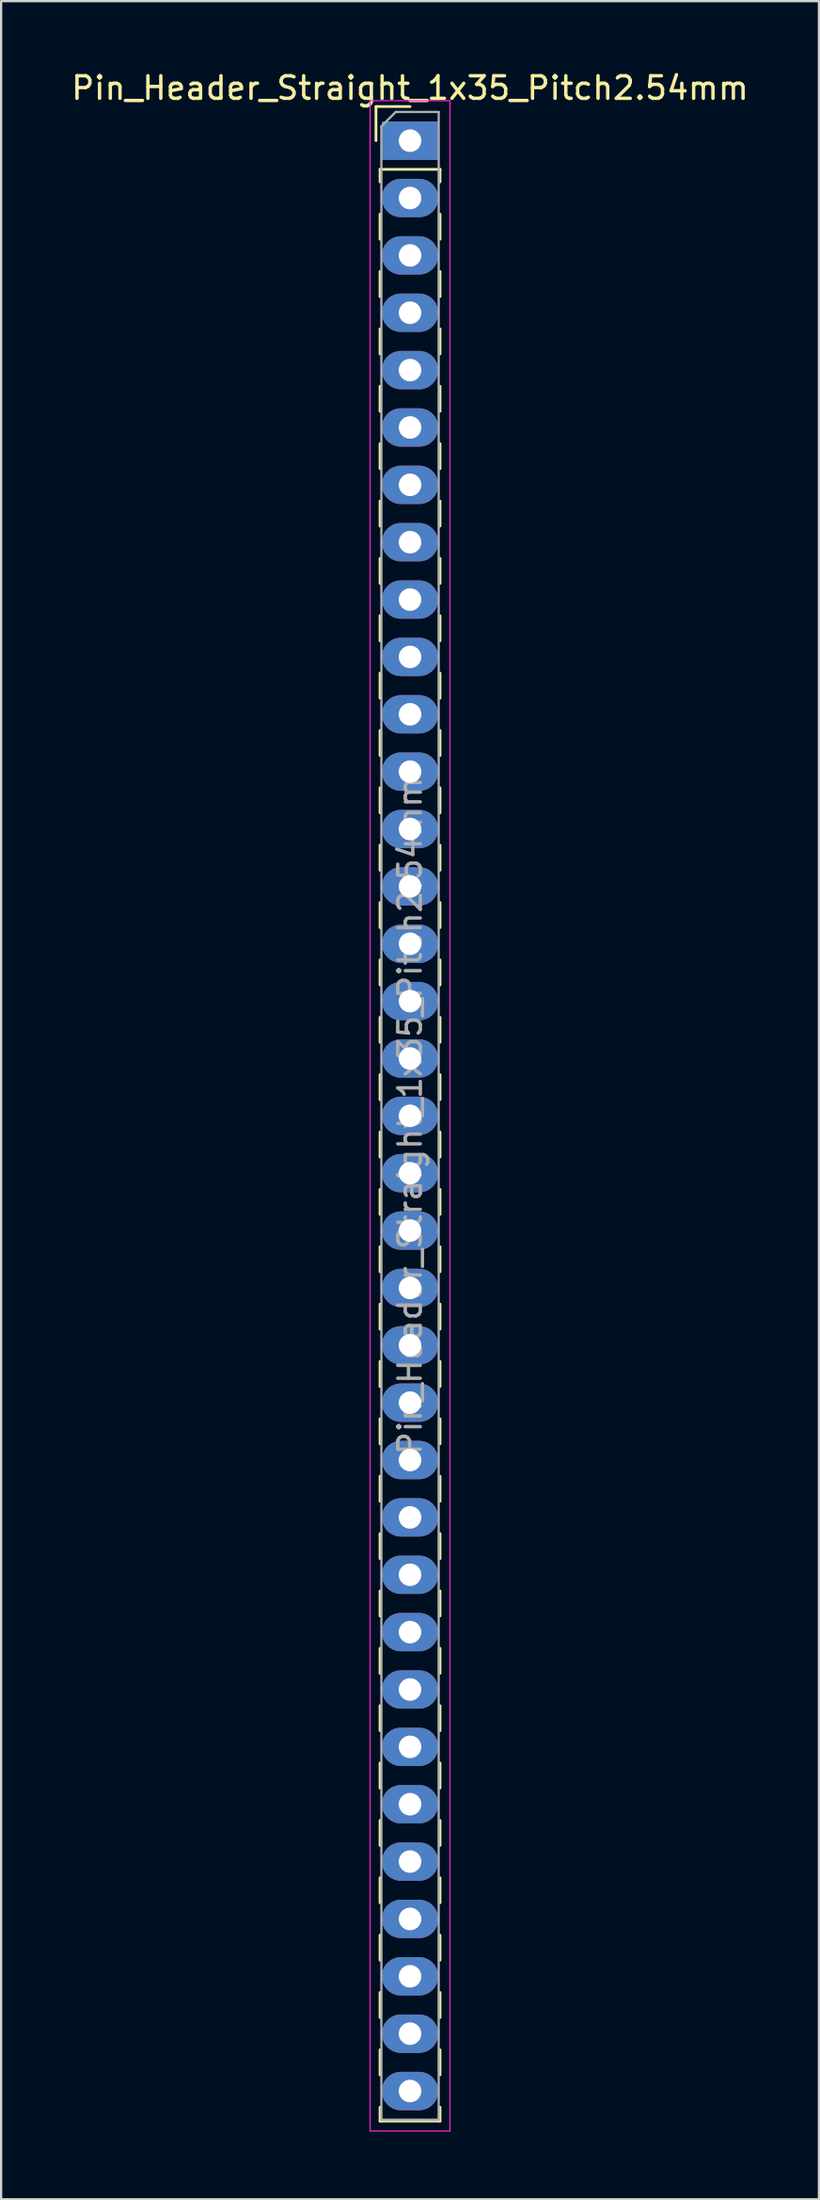
<source format=kicad_pcb>
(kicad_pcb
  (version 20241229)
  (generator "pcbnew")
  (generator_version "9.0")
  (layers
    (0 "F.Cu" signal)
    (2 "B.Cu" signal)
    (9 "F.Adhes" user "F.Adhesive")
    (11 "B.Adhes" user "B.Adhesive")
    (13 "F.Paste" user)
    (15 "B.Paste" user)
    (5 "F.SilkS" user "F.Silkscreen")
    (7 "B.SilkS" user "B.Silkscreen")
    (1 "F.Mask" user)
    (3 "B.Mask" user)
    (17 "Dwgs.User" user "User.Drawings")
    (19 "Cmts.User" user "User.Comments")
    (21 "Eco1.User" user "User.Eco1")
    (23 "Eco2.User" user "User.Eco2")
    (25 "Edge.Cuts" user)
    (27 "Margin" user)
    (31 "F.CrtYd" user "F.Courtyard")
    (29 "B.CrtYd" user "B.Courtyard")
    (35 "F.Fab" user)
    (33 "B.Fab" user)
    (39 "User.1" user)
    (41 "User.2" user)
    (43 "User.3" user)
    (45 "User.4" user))
  (footprint "Pin_Header_Straight_1x35_Pitch2.54mm"
    (layer "F.Cu")
    (at 15.125 3.178)
    (property "Reference" "Pin_Header_Straight_1x35_Pitch2.54mm" (at 0 -2.33 0) (layer "F.SilkS") (effects (font (size 1 1) (thickness 0.15))))
    (attr through_hole)
    (fp_line (start -1.51 -1.51) (end 0 -1.51) (stroke (width 0.12) (type solid)) (layer "F.SilkS"))
    (fp_line (start -1.51 0) (end -1.51 -1.51) (stroke (width 0.12) (type solid)) (layer "F.SilkS"))
    (fp_line (start -1.33 1.27) (end -1.33 1.825) (stroke (width 0.12) (type solid)) (layer "F.SilkS"))
    (fp_line (start -1.33 1.27) (end 1.33 1.27) (stroke (width 0.12) (type solid)) (layer "F.SilkS"))
    (fp_line (start -1.33 3.255) (end -1.33 4.365) (stroke (width 0.12) (type solid)) (layer "F.SilkS"))
    (fp_line (start -1.33 5.795) (end -1.33 6.905) (stroke (width 0.12) (type solid)) (layer "F.SilkS"))
    (fp_line (start -1.33 8.335) (end -1.33 9.445) (stroke (width 0.12) (type solid)) (layer "F.SilkS"))
    (fp_line (start -1.33 10.875) (end -1.33 11.985) (stroke (width 0.12) (type solid)) (layer "F.SilkS"))
    (fp_line (start -1.33 13.415) (end -1.33 14.525) (stroke (width 0.12) (type solid)) (layer "F.SilkS"))
    (fp_line (start -1.33 15.955) (end -1.33 17.065) (stroke (width 0.12) (type solid)) (layer "F.SilkS"))
    (fp_line (start -1.33 18.495) (end -1.33 19.605) (stroke (width 0.12) (type solid)) (layer "F.SilkS"))
    (fp_line (start -1.33 21.035) (end -1.33 22.145) (stroke (width 0.12) (type solid)) (layer "F.SilkS"))
    (fp_line (start -1.33 23.575) (end -1.33 24.685) (stroke (width 0.12) (type solid)) (layer "F.SilkS"))
    (fp_line (start -1.33 26.115) (end -1.33 27.225) (stroke (width 0.12) (type solid)) (layer "F.SilkS"))
    (fp_line (start -1.33 28.655) (end -1.33 29.765) (stroke (width 0.12) (type solid)) (layer "F.SilkS"))
    (fp_line (start -1.33 31.195) (end -1.33 32.305) (stroke (width 0.12) (type solid)) (layer "F.SilkS"))
    (fp_line (start -1.33 33.735) (end -1.33 34.845) (stroke (width 0.12) (type solid)) (layer "F.SilkS"))
    (fp_line (start -1.33 36.275) (end -1.33 37.385) (stroke (width 0.12) (type solid)) (layer "F.SilkS"))
    (fp_line (start -1.33 38.815) (end -1.33 39.925) (stroke (width 0.12) (type solid)) (layer "F.SilkS"))
    (fp_line (start -1.33 41.355) (end -1.33 42.465) (stroke (width 0.12) (type solid)) (layer "F.SilkS"))
    (fp_line (start -1.33 43.895) (end -1.33 45.005) (stroke (width 0.12) (type solid)) (layer "F.SilkS"))
    (fp_line (start -1.33 46.435) (end -1.33 47.545) (stroke (width 0.12) (type solid)) (layer "F.SilkS"))
    (fp_line (start -1.33 48.975) (end -1.33 50.085) (stroke (width 0.12) (type solid)) (layer "F.SilkS"))
    (fp_line (start -1.33 51.515) (end -1.33 52.625) (stroke (width 0.12) (type solid)) (layer "F.SilkS"))
    (fp_line (start -1.33 54.055) (end -1.33 55.165) (stroke (width 0.12) (type solid)) (layer "F.SilkS"))
    (fp_line (start -1.33 56.595) (end -1.33 57.705) (stroke (width 0.12) (type solid)) (layer "F.SilkS"))
    (fp_line (start -1.33 59.135) (end -1.33 60.245) (stroke (width 0.12) (type solid)) (layer "F.SilkS"))
    (fp_line (start -1.33 61.675) (end -1.33 62.785) (stroke (width 0.12) (type solid)) (layer "F.SilkS"))
    (fp_line (start -1.33 64.215) (end -1.33 65.325) (stroke (width 0.12) (type solid)) (layer "F.SilkS"))
    (fp_line (start -1.33 66.755) (end -1.33 67.865) (stroke (width 0.12) (type solid)) (layer "F.SilkS"))
    (fp_line (start -1.33 69.295) (end -1.33 70.405) (stroke (width 0.12) (type solid)) (layer "F.SilkS"))
    (fp_line (start -1.33 71.835) (end -1.33 72.945) (stroke (width 0.12) (type solid)) (layer "F.SilkS"))
    (fp_line (start -1.33 74.375) (end -1.33 75.485) (stroke (width 0.12) (type solid)) (layer "F.SilkS"))
    (fp_line (start -1.33 76.915) (end -1.33 78.025) (stroke (width 0.12) (type solid)) (layer "F.SilkS"))
    (fp_line (start -1.33 79.455) (end -1.33 80.565) (stroke (width 0.12) (type solid)) (layer "F.SilkS"))
    (fp_line (start -1.33 81.995) (end -1.33 83.105) (stroke (width 0.12) (type solid)) (layer "F.SilkS"))
    (fp_line (start -1.33 84.535) (end -1.33 85.645) (stroke (width 0.12) (type solid)) (layer "F.SilkS"))
    (fp_line (start -1.33 87.075) (end -1.33 87.69) (stroke (width 0.12) (type solid)) (layer "F.SilkS"))
    (fp_line (start -1.33 87.69) (end 1.33 87.69) (stroke (width 0.12) (type solid)) (layer "F.SilkS"))
    (fp_line (start 1.33 1.27) (end 1.33 1.825) (stroke (width 0.12) (type solid)) (layer "F.SilkS"))
    (fp_line (start 1.33 3.255) (end 1.33 4.365) (stroke (width 0.12) (type solid)) (layer "F.SilkS"))
    (fp_line (start 1.33 5.795) (end 1.33 6.905) (stroke (width 0.12) (type solid)) (layer "F.SilkS"))
    (fp_line (start 1.33 8.335) (end 1.33 9.445) (stroke (width 0.12) (type solid)) (layer "F.SilkS"))
    (fp_line (start 1.33 10.875) (end 1.33 11.985) (stroke (width 0.12) (type solid)) (layer "F.SilkS"))
    (fp_line (start 1.33 13.415) (end 1.33 14.525) (stroke (width 0.12) (type solid)) (layer "F.SilkS"))
    (fp_line (start 1.33 15.955) (end 1.33 17.065) (stroke (width 0.12) (type solid)) (layer "F.SilkS"))
    (fp_line (start 1.33 18.495) (end 1.33 19.605) (stroke (width 0.12) (type solid)) (layer "F.SilkS"))
    (fp_line (start 1.33 21.035) (end 1.33 22.145) (stroke (width 0.12) (type solid)) (layer "F.SilkS"))
    (fp_line (start 1.33 23.575) (end 1.33 24.685) (stroke (width 0.12) (type solid)) (layer "F.SilkS"))
    (fp_line (start 1.33 26.115) (end 1.33 27.225) (stroke (width 0.12) (type solid)) (layer "F.SilkS"))
    (fp_line (start 1.33 28.655) (end 1.33 29.765) (stroke (width 0.12) (type solid)) (layer "F.SilkS"))
    (fp_line (start 1.33 31.195) (end 1.33 32.305) (stroke (width 0.12) (type solid)) (layer "F.SilkS"))
    (fp_line (start 1.33 33.735) (end 1.33 34.845) (stroke (width 0.12) (type solid)) (layer "F.SilkS"))
    (fp_line (start 1.33 36.275) (end 1.33 37.385) (stroke (width 0.12) (type solid)) (layer "F.SilkS"))
    (fp_line (start 1.33 38.815) (end 1.33 39.925) (stroke (width 0.12) (type solid)) (layer "F.SilkS"))
    (fp_line (start 1.33 41.355) (end 1.33 42.465) (stroke (width 0.12) (type solid)) (layer "F.SilkS"))
    (fp_line (start 1.33 43.895) (end 1.33 45.005) (stroke (width 0.12) (type solid)) (layer "F.SilkS"))
    (fp_line (start 1.33 46.435) (end 1.33 47.545) (stroke (width 0.12) (type solid)) (layer "F.SilkS"))
    (fp_line (start 1.33 48.975) (end 1.33 50.085) (stroke (width 0.12) (type solid)) (layer "F.SilkS"))
    (fp_line (start 1.33 51.515) (end 1.33 52.625) (stroke (width 0.12) (type solid)) (layer "F.SilkS"))
    (fp_line (start 1.33 54.055) (end 1.33 55.165) (stroke (width 0.12) (type solid)) (layer "F.SilkS"))
    (fp_line (start 1.33 56.595) (end 1.33 57.705) (stroke (width 0.12) (type solid)) (layer "F.SilkS"))
    (fp_line (start 1.33 59.135) (end 1.33 60.245) (stroke (width 0.12) (type solid)) (layer "F.SilkS"))
    (fp_line (start 1.33 61.675) (end 1.33 62.785) (stroke (width 0.12) (type solid)) (layer "F.SilkS"))
    (fp_line (start 1.33 64.215) (end 1.33 65.325) (stroke (width 0.12) (type solid)) (layer "F.SilkS"))
    (fp_line (start 1.33 66.755) (end 1.33 67.865) (stroke (width 0.12) (type solid)) (layer "F.SilkS"))
    (fp_line (start 1.33 69.295) (end 1.33 70.405) (stroke (width 0.12) (type solid)) (layer "F.SilkS"))
    (fp_line (start 1.33 71.835) (end 1.33 72.945) (stroke (width 0.12) (type solid)) (layer "F.SilkS"))
    (fp_line (start 1.33 74.375) (end 1.33 75.485) (stroke (width 0.12) (type solid)) (layer "F.SilkS"))
    (fp_line (start 1.33 76.915) (end 1.33 78.025) (stroke (width 0.12) (type solid)) (layer "F.SilkS"))
    (fp_line (start 1.33 79.455) (end 1.33 80.565) (stroke (width 0.12) (type solid)) (layer "F.SilkS"))
    (fp_line (start 1.33 81.995) (end 1.33 83.105) (stroke (width 0.12) (type solid)) (layer "F.SilkS"))
    (fp_line (start 1.33 84.535) (end 1.33 85.645) (stroke (width 0.12) (type solid)) (layer "F.SilkS"))
    (fp_line (start 1.33 87.075) (end 1.33 87.69) (stroke (width 0.12) (type solid)) (layer "F.SilkS"))
    (fp_line (start -1.77 -1.77) (end -1.77 88.13) (stroke (width 0.05) (type solid)) (layer "F.CrtYd"))
    (fp_line (start -1.77 88.13) (end 1.77 88.13) (stroke (width 0.05) (type solid)) (layer "F.CrtYd"))
    (fp_line (start 1.77 -1.77) (end -1.77 -1.77) (stroke (width 0.05) (type solid)) (layer "F.CrtYd"))
    (fp_line (start 1.77 88.13) (end 1.77 -1.77) (stroke (width 0.05) (type solid)) (layer "F.CrtYd"))
    (fp_line (start -1.27 -0.635) (end -0.635 -1.27) (stroke (width 0.1) (type solid)) (layer "F.Fab"))
    (fp_line (start -1.27 87.63) (end -1.27 -0.635) (stroke (width 0.1) (type solid)) (layer "F.Fab"))
    (fp_line (start -0.635 -1.27) (end 1.27 -1.27) (stroke (width 0.1) (type solid)) (layer "F.Fab"))
    (fp_line (start 1.27 -1.27) (end 1.27 87.63) (stroke (width 0.1) (type solid)) (layer "F.Fab"))
    (fp_line (start 1.27 87.63) (end -1.27 87.63) (stroke (width 0.1) (type solid)) (layer "F.Fab"))
    (fp_text user "${REFERENCE}" (at 0 43.18 90) (layer "F.Fab") (effects (font (size 1 1) (thickness 0.15))))
    (pad "1" thru_hole rect (at 0 0) (size 2.5 1.7) (drill 1) (layers "*.Cu" "*.Mask"))
    (pad "2" thru_hole oval (at 0 2.54) (size 2.5 1.7) (drill 1) (layers "*.Cu" "*.Mask"))
    (pad "3" thru_hole oval (at 0 5.08) (size 2.5 1.7) (drill 1) (layers "*.Cu" "*.Mask"))
    (pad "4" thru_hole oval (at 0 7.62) (size 2.5 1.7) (drill 1) (layers "*.Cu" "*.Mask"))
    (pad "5" thru_hole oval (at 0 10.16) (size 2.5 1.7) (drill 1) (layers "*.Cu" "*.Mask"))
    (pad "6" thru_hole oval (at 0 12.7) (size 2.5 1.7) (drill 1) (layers "*.Cu" "*.Mask"))
    (pad "7" thru_hole oval (at 0 15.24) (size 2.5 1.7) (drill 1) (layers "*.Cu" "*.Mask"))
    (pad "8" thru_hole oval (at 0 17.78) (size 2.5 1.7) (drill 1) (layers "*.Cu" "*.Mask"))
    (pad "9" thru_hole oval (at 0 20.32) (size 2.5 1.7) (drill 1) (layers "*.Cu" "*.Mask"))
    (pad "10" thru_hole oval (at 0 22.86) (size 2.5 1.7) (drill 1) (layers "*.Cu" "*.Mask"))
    (pad "11" thru_hole oval (at 0 25.4) (size 2.5 1.7) (drill 1) (layers "*.Cu" "*.Mask"))
    (pad "12" thru_hole oval (at 0 27.94) (size 2.5 1.7) (drill 1) (layers "*.Cu" "*.Mask"))
    (pad "13" thru_hole oval (at 0 30.48) (size 2.5 1.7) (drill 1) (layers "*.Cu" "*.Mask"))
    (pad "14" thru_hole oval (at 0 33.02) (size 2.5 1.7) (drill 1) (layers "*.Cu" "*.Mask"))
    (pad "15" thru_hole oval (at 0 35.56) (size 2.5 1.7) (drill 1) (layers "*.Cu" "*.Mask"))
    (pad "16" thru_hole oval (at 0 38.1) (size 2.5 1.7) (drill 1) (layers "*.Cu" "*.Mask"))
    (pad "17" thru_hole oval (at 0 40.64) (size 2.5 1.7) (drill 1) (layers "*.Cu" "*.Mask"))
    (pad "18" thru_hole oval (at 0 43.18) (size 2.5 1.7) (drill 1) (layers "*.Cu" "*.Mask"))
    (pad "19" thru_hole oval (at 0 45.72) (size 2.5 1.7) (drill 1) (layers "*.Cu" "*.Mask"))
    (pad "20" thru_hole oval (at 0 48.26) (size 2.5 1.7) (drill 1) (layers "*.Cu" "*.Mask"))
    (pad "21" thru_hole oval (at 0 50.8) (size 2.5 1.7) (drill 1) (layers "*.Cu" "*.Mask"))
    (pad "22" thru_hole oval (at 0 53.34) (size 2.5 1.7) (drill 1) (layers "*.Cu" "*.Mask"))
    (pad "23" thru_hole oval (at 0 55.88) (size 2.5 1.7) (drill 1) (layers "*.Cu" "*.Mask"))
    (pad "24" thru_hole oval (at 0 58.42) (size 2.5 1.7) (drill 1) (layers "*.Cu" "*.Mask"))
    (pad "25" thru_hole oval (at 0 60.96) (size 2.5 1.7) (drill 1) (layers "*.Cu" "*.Mask"))
    (pad "26" thru_hole oval (at 0 63.5) (size 2.5 1.7) (drill 1) (layers "*.Cu" "*.Mask"))
    (pad "27" thru_hole oval (at 0 66.04) (size 2.5 1.7) (drill 1) (layers "*.Cu" "*.Mask"))
    (pad "28" thru_hole oval (at 0 68.58) (size 2.5 1.7) (drill 1) (layers "*.Cu" "*.Mask"))
    (pad "29" thru_hole oval (at 0 71.12) (size 2.5 1.7) (drill 1) (layers "*.Cu" "*.Mask"))
    (pad "30" thru_hole oval (at 0 73.66) (size 2.5 1.7) (drill 1) (layers "*.Cu" "*.Mask"))
    (pad "31" thru_hole oval (at 0 76.2) (size 2.5 1.7) (drill 1) (layers "*.Cu" "*.Mask"))
    (pad "32" thru_hole oval (at 0 78.74) (size 2.5 1.7) (drill 1) (layers "*.Cu" "*.Mask"))
    (pad "33" thru_hole oval (at 0 81.28) (size 2.5 1.7) (drill 1) (layers "*.Cu" "*.Mask"))
    (pad "34" thru_hole oval (at 0 83.82) (size 2.5 1.7) (drill 1) (layers "*.Cu" "*.Mask"))
    (pad "35" thru_hole oval (at 0 86.36) (size 2.5 1.7) (drill 1) (layers "*.Cu" "*.Mask")))
  (gr_rect
    (start -3 -3)
    (end 33.25 94.333)
    (stroke (width 0.1) (type default))
    (fill no)
    (layer "Edge.Cuts")))
</source>
